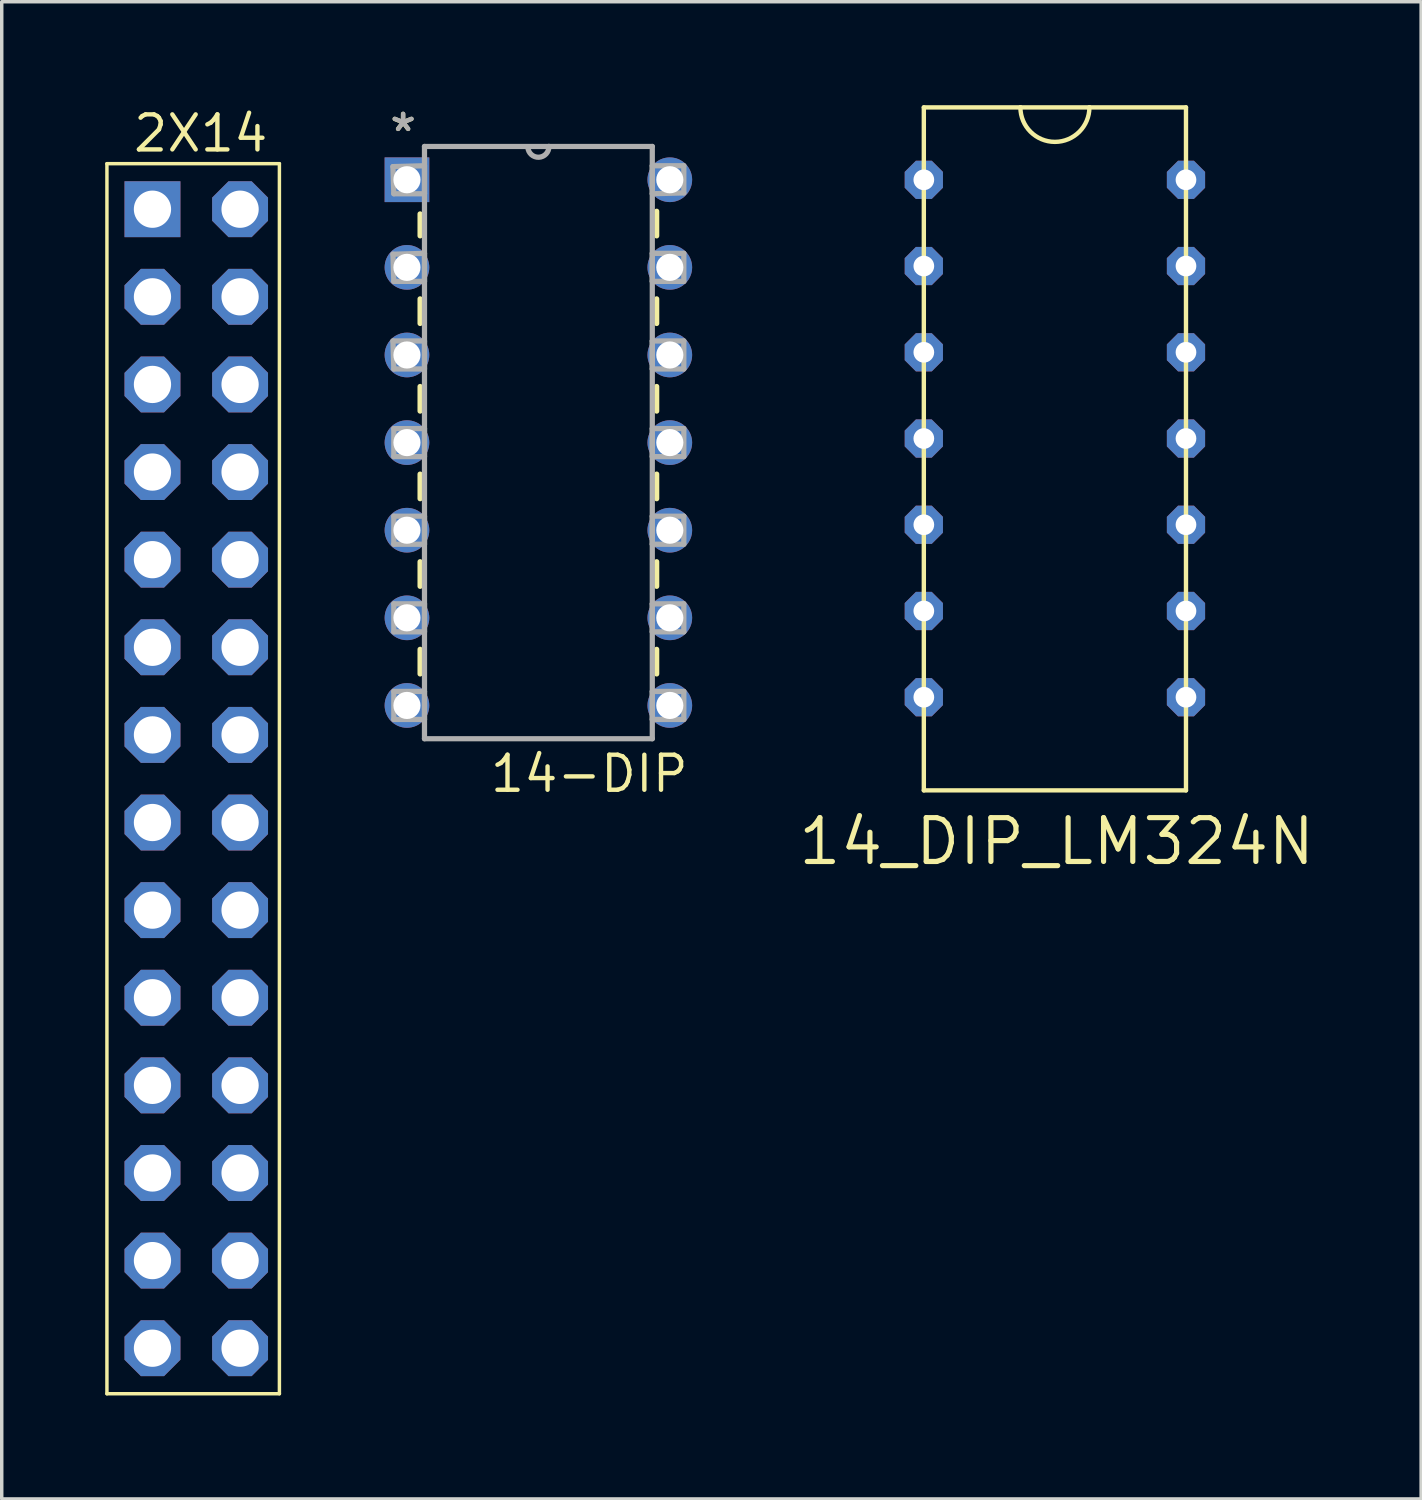
<source format=kicad_pcb>
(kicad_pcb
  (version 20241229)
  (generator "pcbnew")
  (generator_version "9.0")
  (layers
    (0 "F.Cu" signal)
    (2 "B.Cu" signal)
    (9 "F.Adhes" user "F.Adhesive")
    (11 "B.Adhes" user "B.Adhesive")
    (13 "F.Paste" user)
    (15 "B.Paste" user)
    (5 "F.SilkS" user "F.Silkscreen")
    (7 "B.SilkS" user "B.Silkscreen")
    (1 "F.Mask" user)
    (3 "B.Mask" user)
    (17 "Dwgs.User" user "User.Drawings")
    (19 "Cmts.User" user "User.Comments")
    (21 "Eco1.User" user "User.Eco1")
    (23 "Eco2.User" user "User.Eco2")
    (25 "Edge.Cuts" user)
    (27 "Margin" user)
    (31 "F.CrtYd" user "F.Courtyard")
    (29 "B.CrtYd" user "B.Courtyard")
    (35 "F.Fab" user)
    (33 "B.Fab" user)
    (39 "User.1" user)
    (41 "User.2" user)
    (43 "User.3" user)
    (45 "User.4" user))
  (footprint "14_DIP_LM324N"
    (layer "F.Cu")
    (at 27.532 9.963)
    (property "Reference" "14_DIP_LM324N" (at 0.05 11.381 0) (layer "F.SilkS") (effects (font (size 1.27 1.27) (thickness 0.15))))
    (attr through_hole)
    (fp_line (start -3.8 -9.9) (end -1 -9.9) (stroke (width 0.127) (type solid)) (layer "F.SilkS"))
    (fp_line (start -3.8 9.9) (end -3.8 -9.9) (stroke (width 0.127) (type solid)) (layer "F.SilkS"))
    (fp_line (start -1 -9.9) (end 1 -9.9) (stroke (width 0.127) (type solid)) (layer "F.SilkS"))
    (fp_line (start 1 -9.9) (end 3.8 -9.9) (stroke (width 0.127) (type solid)) (layer "F.SilkS"))
    (fp_line (start 3.8 -9.9) (end 3.8 9.9) (stroke (width 0.127) (type solid)) (layer "F.SilkS"))
    (fp_line (start 3.8 9.9) (end -3.8 9.9) (stroke (width 0.127) (type solid)) (layer "F.SilkS"))
    (fp_arc (start 1 -9.9) (mid 0 -8.9) (end -1 -9.9) (stroke (width 0.127) (type solid)) (layer "F.SilkS"))
    (pad "GND" thru_hole roundrect (at 3.8 -0.3) (size 1.108 1.108) (drill 0.6) (layers "*.Cu" "*.Mask") (roundrect_rratio 0.25) (chamfer_ratio 0.293) (chamfer top_left top_right bottom_left bottom_right))
    (pad "IN1+" thru_hole roundrect (at -3.8 -2.8) (size 1.108 1.108) (drill 0.6) (layers "*.Cu" "*.Mask") (roundrect_rratio 0.25) (chamfer_ratio 0.293) (chamfer top_left top_right bottom_left bottom_right))
    (pad "IN1-" thru_hole roundrect (at -3.8 -5.3) (size 1.108 1.108) (drill 0.6) (layers "*.Cu" "*.Mask") (roundrect_rratio 0.25) (chamfer_ratio 0.293) (chamfer top_left top_right bottom_left bottom_right))
    (pad "IN2+" thru_hole roundrect (at -3.8 2.2) (size 1.108 1.108) (drill 0.6) (layers "*.Cu" "*.Mask") (roundrect_rratio 0.25) (chamfer_ratio 0.293) (chamfer top_left top_right bottom_left bottom_right))
    (pad "IN2-" thru_hole roundrect (at -3.8 4.7) (size 1.108 1.108) (drill 0.6) (layers "*.Cu" "*.Mask") (roundrect_rratio 0.25) (chamfer_ratio 0.293) (chamfer top_left top_right bottom_left bottom_right))
    (pad "IN3+" thru_hole roundrect (at 3.8 2.2) (size 1.108 1.108) (drill 0.6) (layers "*.Cu" "*.Mask") (roundrect_rratio 0.25) (chamfer_ratio 0.293) (chamfer top_left top_right bottom_left bottom_right))
    (pad "IN3-" thru_hole roundrect (at 3.8 4.7) (size 1.108 1.108) (drill 0.6) (layers "*.Cu" "*.Mask") (roundrect_rratio 0.25) (chamfer_ratio 0.293) (chamfer top_left top_right bottom_left bottom_right))
    (pad "IN4+" thru_hole roundrect (at 3.8 -2.8) (size 1.108 1.108) (drill 0.6) (layers "*.Cu" "*.Mask") (roundrect_rratio 0.25) (chamfer_ratio 0.293) (chamfer top_left top_right bottom_left bottom_right))
    (pad "IN4-" thru_hole roundrect (at 3.8 -5.3) (size 1.108 1.108) (drill 0.6) (layers "*.Cu" "*.Mask") (roundrect_rratio 0.25) (chamfer_ratio 0.293) (chamfer top_left top_right bottom_left bottom_right))
    (pad "OUT1" thru_hole roundrect (at -3.8 -7.8) (size 1.108 1.108) (drill 0.6) (layers "*.Cu" "*.Mask") (roundrect_rratio 0.25) (chamfer_ratio 0.293) (chamfer top_left top_right bottom_left bottom_right))
    (pad "OUT2" thru_hole roundrect (at -3.8 7.2) (size 1.108 1.108) (drill 0.6) (layers "*.Cu" "*.Mask") (roundrect_rratio 0.25) (chamfer_ratio 0.293) (chamfer top_left top_right bottom_left bottom_right))
    (pad "OUT3" thru_hole roundrect (at 3.8 7.2) (size 1.108 1.108) (drill 0.6) (layers "*.Cu" "*.Mask") (roundrect_rratio 0.25) (chamfer_ratio 0.293) (chamfer top_left top_right bottom_left bottom_right))
    (pad "OUT4" thru_hole roundrect (at 3.8 -7.8) (size 1.108 1.108) (drill 0.6) (layers "*.Cu" "*.Mask") (roundrect_rratio 0.25) (chamfer_ratio 0.293) (chamfer top_left top_right bottom_left bottom_right))
    (pad "VCC" thru_hole roundrect (at -3.8 -0.3) (size 1.108 1.108) (drill 0.6) (layers "*.Cu" "*.Mask") (roundrect_rratio 0.25) (chamfer_ratio 0.293) (chamfer top_left top_right bottom_left bottom_right)))
  (footprint "14-DIP"
    (layer "F.Cu")
    (at 8.748 2.161)
    (property "Reference" "14-DIP" (at 2.347 17.815 0) (layer "F.SilkS") (effects (font (size 1.016 1.016) (thickness 0.127)) (justify left bottom)))
    (attr through_hole)
    (fp_line (start 0.381 0.991) (end 0.381 1.626) (stroke (width 0.152) (type solid)) (layer "F.SilkS"))
    (fp_line (start 0.381 3.454) (end 0.381 4.166) (stroke (width 0.152) (type solid)) (layer "F.SilkS"))
    (fp_line (start 0.381 5.994) (end 0.381 6.706) (stroke (width 0.152) (type solid)) (layer "F.SilkS"))
    (fp_line (start 0.381 8.534) (end 0.381 9.246) (stroke (width 0.152) (type solid)) (layer "F.SilkS"))
    (fp_line (start 0.381 11.074) (end 0.381 11.786) (stroke (width 0.152) (type solid)) (layer "F.SilkS"))
    (fp_line (start 0.381 13.614) (end 0.381 14.326) (stroke (width 0.152) (type solid)) (layer "F.SilkS"))
    (fp_line (start 7.239 1.626) (end 7.239 0.914) (stroke (width 0.152) (type solid)) (layer "F.SilkS"))
    (fp_line (start 7.239 4.166) (end 7.239 3.454) (stroke (width 0.152) (type solid)) (layer "F.SilkS"))
    (fp_line (start 7.239 6.706) (end 7.239 5.994) (stroke (width 0.152) (type solid)) (layer "F.SilkS"))
    (fp_line (start 7.239 9.246) (end 7.239 8.534) (stroke (width 0.152) (type solid)) (layer "F.SilkS"))
    (fp_line (start 7.239 11.786) (end 7.239 11.074) (stroke (width 0.152) (type solid)) (layer "F.SilkS"))
    (fp_line (start 7.239 14.326) (end 7.239 13.614) (stroke (width 0.152) (type solid)) (layer "F.SilkS"))
    (fp_line (start -0.406 -0.381) (end -0.381 0.406) (stroke (width 0.152) (type solid)) (layer "F.Fab"))
    (fp_line (start -0.406 2.159) (end -0.381 2.946) (stroke (width 0.152) (type solid)) (layer "F.Fab"))
    (fp_line (start -0.406 4.674) (end -0.381 5.486) (stroke (width 0.152) (type solid)) (layer "F.Fab"))
    (fp_line (start -0.381 0.406) (end 0.508 0.406) (stroke (width 0.152) (type solid)) (layer "F.Fab"))
    (fp_line (start -0.381 2.946) (end 0.508 2.946) (stroke (width 0.152) (type solid)) (layer "F.Fab"))
    (fp_line (start -0.381 5.486) (end 0.508 5.486) (stroke (width 0.152) (type solid)) (layer "F.Fab"))
    (fp_line (start -0.381 7.214) (end -0.381 8.026) (stroke (width 0.152) (type solid)) (layer "F.Fab"))
    (fp_line (start -0.381 8.026) (end 0.508 8.026) (stroke (width 0.152) (type solid)) (layer "F.Fab"))
    (fp_line (start -0.381 9.754) (end -0.381 10.566) (stroke (width 0.152) (type solid)) (layer "F.Fab"))
    (fp_line (start -0.381 10.566) (end 0.508 10.566) (stroke (width 0.152) (type solid)) (layer "F.Fab"))
    (fp_line (start -0.381 12.294) (end -0.381 13.106) (stroke (width 0.152) (type solid)) (layer "F.Fab"))
    (fp_line (start -0.381 13.106) (end 0.508 13.106) (stroke (width 0.152) (type solid)) (layer "F.Fab"))
    (fp_line (start -0.381 14.834) (end -0.381 15.646) (stroke (width 0.152) (type solid)) (layer "F.Fab"))
    (fp_line (start -0.381 15.646) (end 0.508 15.646) (stroke (width 0.152) (type solid)) (layer "F.Fab"))
    (fp_line (start 0.508 -0.965) (end 0.508 16.205) (stroke (width 0.152) (type solid)) (layer "F.Fab"))
    (fp_line (start 0.508 -0.406) (end -0.406 -0.381) (stroke (width 0.152) (type solid)) (layer "F.Fab"))
    (fp_line (start 0.508 0.406) (end 0.508 -0.406) (stroke (width 0.152) (type solid)) (layer "F.Fab"))
    (fp_line (start 0.508 2.134) (end -0.406 2.159) (stroke (width 0.152) (type solid)) (layer "F.Fab"))
    (fp_line (start 0.508 2.946) (end 0.508 2.134) (stroke (width 0.152) (type solid)) (layer "F.Fab"))
    (fp_line (start 0.508 4.674) (end -0.406 4.674) (stroke (width 0.152) (type solid)) (layer "F.Fab"))
    (fp_line (start 0.508 5.486) (end 0.508 4.674) (stroke (width 0.152) (type solid)) (layer "F.Fab"))
    (fp_line (start 0.508 7.214) (end -0.381 7.214) (stroke (width 0.152) (type solid)) (layer "F.Fab"))
    (fp_line (start 0.508 8.026) (end 0.508 7.214) (stroke (width 0.152) (type solid)) (layer "F.Fab"))
    (fp_line (start 0.508 9.754) (end -0.381 9.754) (stroke (width 0.152) (type solid)) (layer "F.Fab"))
    (fp_line (start 0.508 10.566) (end 0.508 9.754) (stroke (width 0.152) (type solid)) (layer "F.Fab"))
    (fp_line (start 0.508 12.294) (end -0.381 12.294) (stroke (width 0.152) (type solid)) (layer "F.Fab"))
    (fp_line (start 0.508 13.106) (end 0.508 12.294) (stroke (width 0.152) (type solid)) (layer "F.Fab"))
    (fp_line (start 0.508 14.834) (end -0.381 14.834) (stroke (width 0.152) (type solid)) (layer "F.Fab"))
    (fp_line (start 0.508 15.646) (end 0.508 14.834) (stroke (width 0.152) (type solid)) (layer "F.Fab"))
    (fp_line (start 0.508 16.205) (end 7.112 16.205) (stroke (width 0.152) (type solid)) (layer "F.Fab"))
    (fp_line (start 4.115 -0.965) (end 0.508 -0.965) (stroke (width 0.152) (type solid)) (layer "F.Fab"))
    (fp_line (start 7.112 -0.965) (end 4.115 -0.965) (stroke (width 0.152) (type solid)) (layer "F.Fab"))
    (fp_line (start 7.112 -0.406) (end 7.112 0.406) (stroke (width 0.152) (type solid)) (layer "F.Fab"))
    (fp_line (start 7.112 0.406) (end 8.026 0.381) (stroke (width 0.152) (type solid)) (layer "F.Fab"))
    (fp_line (start 7.112 2.134) (end 7.112 2.946) (stroke (width 0.152) (type solid)) (layer "F.Fab"))
    (fp_line (start 7.112 2.946) (end 8.026 2.946) (stroke (width 0.152) (type solid)) (layer "F.Fab"))
    (fp_line (start 7.112 4.674) (end 7.112 5.486) (stroke (width 0.152) (type solid)) (layer "F.Fab"))
    (fp_line (start 7.112 5.486) (end 8.026 5.486) (stroke (width 0.152) (type solid)) (layer "F.Fab"))
    (fp_line (start 7.112 7.214) (end 7.112 8.026) (stroke (width 0.152) (type solid)) (layer "F.Fab"))
    (fp_line (start 7.112 8.026) (end 8.026 8.026) (stroke (width 0.152) (type solid)) (layer "F.Fab"))
    (fp_line (start 7.112 9.754) (end 7.112 10.566) (stroke (width 0.152) (type solid)) (layer "F.Fab"))
    (fp_line (start 7.112 10.566) (end 8.026 10.566) (stroke (width 0.152) (type solid)) (layer "F.Fab"))
    (fp_line (start 7.112 12.294) (end 7.112 13.106) (stroke (width 0.152) (type solid)) (layer "F.Fab"))
    (fp_line (start 7.112 13.106) (end 8.026 13.106) (stroke (width 0.152) (type solid)) (layer "F.Fab"))
    (fp_line (start 7.112 14.834) (end 7.112 15.646) (stroke (width 0.152) (type solid)) (layer "F.Fab"))
    (fp_line (start 7.112 15.646) (end 8.026 15.646) (stroke (width 0.152) (type solid)) (layer "F.Fab"))
    (fp_line (start 7.112 16.205) (end 7.112 -0.965) (stroke (width 0.152) (type solid)) (layer "F.Fab"))
    (fp_line (start 8.026 -0.406) (end 7.112 -0.406) (stroke (width 0.152) (type solid)) (layer "F.Fab"))
    (fp_line (start 8.026 0.381) (end 8.026 -0.406) (stroke (width 0.152) (type solid)) (layer "F.Fab"))
    (fp_line (start 8.026 2.134) (end 7.112 2.134) (stroke (width 0.152) (type solid)) (layer "F.Fab"))
    (fp_line (start 8.026 2.946) (end 8.026 2.134) (stroke (width 0.152) (type solid)) (layer "F.Fab"))
    (fp_line (start 8.026 4.674) (end 7.112 4.674) (stroke (width 0.152) (type solid)) (layer "F.Fab"))
    (fp_line (start 8.026 5.486) (end 8.026 4.674) (stroke (width 0.152) (type solid)) (layer "F.Fab"))
    (fp_line (start 8.026 7.214) (end 7.112 7.214) (stroke (width 0.152) (type solid)) (layer "F.Fab"))
    (fp_line (start 8.026 8.026) (end 8.026 7.214) (stroke (width 0.152) (type solid)) (layer "F.Fab"))
    (fp_line (start 8.026 9.754) (end 7.112 9.754) (stroke (width 0.152) (type solid)) (layer "F.Fab"))
    (fp_line (start 8.026 10.566) (end 8.026 9.754) (stroke (width 0.152) (type solid)) (layer "F.Fab"))
    (fp_line (start 8.026 12.294) (end 7.112 12.294) (stroke (width 0.152) (type solid)) (layer "F.Fab"))
    (fp_line (start 8.026 13.106) (end 8.026 12.294) (stroke (width 0.152) (type solid)) (layer "F.Fab"))
    (fp_line (start 8.026 14.834) (end 7.112 14.834) (stroke (width 0.152) (type solid)) (layer "F.Fab"))
    (fp_line (start 8.026 15.646) (end 8.026 14.834) (stroke (width 0.152) (type solid)) (layer "F.Fab"))
    (fp_arc (start 4.1148 -0.9652) (mid 3.8227 -0.6477) (end 3.5052 -0.9398) (stroke (width 0.1524) (type solid)) (layer "F.Fab"))
    (fp_text user "*" (at -0.584 -0.762 0) (layer "F.SilkS") (effects (font (size 1.016 1.016) (thickness 0.127)) (justify left bottom)))
    (fp_text user "*" (at -0.58 -0.764 0) (layer "F.Fab") (effects (font (size 1.016 1.016) (thickness 0.127)) (justify left bottom)))
    (pad "1" thru_hole rect (at 0 0) (size 1.295 1.295) (drill 0.787) (layers "*.Cu" "*.Mask"))
    (pad "2" thru_hole circle (at 0 2.54) (size 1.295 1.295) (drill 0.787) (layers "*.Cu" "*.Mask"))
    (pad "3" thru_hole circle (at 0 5.08) (size 1.295 1.295) (drill 0.787) (layers "*.Cu" "*.Mask"))
    (pad "4" thru_hole circle (at 0 7.62) (size 1.295 1.295) (drill 0.787) (layers "*.Cu" "*.Mask"))
    (pad "5" thru_hole circle (at 0 10.16) (size 1.295 1.295) (drill 0.787) (layers "*.Cu" "*.Mask"))
    (pad "6" thru_hole circle (at 0 12.7) (size 1.295 1.295) (drill 0.787) (layers "*.Cu" "*.Mask"))
    (pad "7" thru_hole circle (at 0 15.24) (size 1.295 1.295) (drill 0.787) (layers "*.Cu" "*.Mask"))
    (pad "8" thru_hole circle (at 7.62 15.24) (size 1.295 1.295) (drill 0.787) (layers "*.Cu" "*.Mask"))
    (pad "9" thru_hole circle (at 7.62 12.7) (size 1.295 1.295) (drill 0.787) (layers "*.Cu" "*.Mask"))
    (pad "10" thru_hole circle (at 7.62 10.16) (size 1.295 1.295) (drill 0.787) (layers "*.Cu" "*.Mask"))
    (pad "11" thru_hole circle (at 7.62 7.62) (size 1.295 1.295) (drill 0.787) (layers "*.Cu" "*.Mask"))
    (pad "12" thru_hole circle (at 7.62 5.08) (size 1.295 1.295) (drill 0.787) (layers "*.Cu" "*.Mask"))
    (pad "13" thru_hole circle (at 7.62 2.54) (size 1.295 1.295) (drill 0.787) (layers "*.Cu" "*.Mask"))
    (pad "14" thru_hole circle (at 7.62 0) (size 1.295 1.295) (drill 0.787) (layers "*.Cu" "*.Mask")))
  (footprint "2X14"
    (layer "F.Cu")
    (at 1.37 3.015)
    (property "Reference" "2X14" (at 1.398 -2.197 0) (layer "F.SilkS") (effects (font (size 1.016 1.016) (thickness 0.127))))
    (attr through_hole)
    (fp_line (start -1.32 -1.32) (end -1.32 34.34) (stroke (width 0.1) (type default)) (layer "F.SilkS"))
    (fp_line (start -1.32 -1.32) (end 3.68 -1.32) (stroke (width 0.1) (type default)) (layer "F.SilkS"))
    (fp_line (start -1.32 34.34) (end 3.68 34.34) (stroke (width 0.1) (type default)) (layer "F.SilkS"))
    (fp_line (start 3.68 -1.32) (end 3.68 34.34) (stroke (width 0.1) (type default)) (layer "F.SilkS"))
    (pad "1" thru_hole rect (at 0 0) (size 1.62 1.62) (drill 1.08) (layers "*.Cu" "*.Mask"))
    (pad "2" thru_hole roundrect (at 0 2.54) (size 1.62 1.62) (drill 1.08) (layers "*.Cu" "*.Mask") (roundrect_rratio 0.25) (chamfer_ratio 0.293) (chamfer top_left top_right bottom_left bottom_right))
    (pad "3" thru_hole roundrect (at 0 5.08) (size 1.62 1.62) (drill 1.08) (layers "*.Cu" "*.Mask") (roundrect_rratio 0.25) (chamfer_ratio 0.293) (chamfer top_left top_right bottom_left bottom_right))
    (pad "4" thru_hole roundrect (at 0 7.62) (size 1.62 1.62) (drill 1.08) (layers "*.Cu" "*.Mask") (roundrect_rratio 0.25) (chamfer_ratio 0.293) (chamfer top_left top_right bottom_left bottom_right))
    (pad "5" thru_hole roundrect (at 0 10.16) (size 1.62 1.62) (drill 1.08) (layers "*.Cu" "*.Mask") (roundrect_rratio 0.25) (chamfer_ratio 0.293) (chamfer top_left top_right bottom_left bottom_right))
    (pad "6" thru_hole roundrect (at 0 12.7) (size 1.62 1.62) (drill 1.08) (layers "*.Cu" "*.Mask") (roundrect_rratio 0.25) (chamfer_ratio 0.293) (chamfer top_left top_right bottom_left bottom_right))
    (pad "7" thru_hole roundrect (at 0 15.24) (size 1.62 1.62) (drill 1.08) (layers "*.Cu" "*.Mask") (roundrect_rratio 0.25) (chamfer_ratio 0.293) (chamfer top_left top_right bottom_left bottom_right))
    (pad "8" thru_hole roundrect (at 0 17.78) (size 1.62 1.62) (drill 1.08) (layers "*.Cu" "*.Mask") (roundrect_rratio 0.25) (chamfer_ratio 0.293) (chamfer top_left top_right bottom_left bottom_right))
    (pad "9" thru_hole roundrect (at 0 20.32) (size 1.62 1.62) (drill 1.08) (layers "*.Cu" "*.Mask") (roundrect_rratio 0.25) (chamfer_ratio 0.293) (chamfer top_left top_right bottom_left bottom_right))
    (pad "10" thru_hole roundrect (at 0 22.86) (size 1.62 1.62) (drill 1.08) (layers "*.Cu" "*.Mask") (roundrect_rratio 0.25) (chamfer_ratio 0.293) (chamfer top_left top_right bottom_left bottom_right))
    (pad "11" thru_hole roundrect (at 0 25.4) (size 1.62 1.62) (drill 1.08) (layers "*.Cu" "*.Mask") (roundrect_rratio 0.25) (chamfer_ratio 0.293) (chamfer top_left top_right bottom_left bottom_right))
    (pad "12" thru_hole roundrect (at 0 27.94) (size 1.62 1.62) (drill 1.08) (layers "*.Cu" "*.Mask") (roundrect_rratio 0.25) (chamfer_ratio 0.293) (chamfer top_left top_right bottom_left bottom_right))
    (pad "13" thru_hole roundrect (at 0 30.48) (size 1.62 1.62) (drill 1.08) (layers "*.Cu" "*.Mask") (roundrect_rratio 0.25) (chamfer_ratio 0.293) (chamfer top_left top_right bottom_left bottom_right))
    (pad "14" thru_hole roundrect (at 0 33.02) (size 1.62 1.62) (drill 1.08) (layers "*.Cu" "*.Mask") (roundrect_rratio 0.25) (chamfer_ratio 0.293) (chamfer top_left top_right bottom_left bottom_right))
    (pad "15" thru_hole roundrect (at 2.54 0) (size 1.62 1.62) (drill 1.08) (layers "*.Cu" "*.Mask") (roundrect_rratio 0.25) (chamfer_ratio 0.293) (chamfer top_left top_right bottom_left bottom_right))
    (pad "16" thru_hole roundrect (at 2.54 2.54) (size 1.62 1.62) (drill 1.08) (layers "*.Cu" "*.Mask") (roundrect_rratio 0.25) (chamfer_ratio 0.293) (chamfer top_left top_right bottom_left bottom_right))
    (pad "17" thru_hole roundrect (at 2.54 5.08) (size 1.62 1.62) (drill 1.08) (layers "*.Cu" "*.Mask") (roundrect_rratio 0.25) (chamfer_ratio 0.293) (chamfer top_left top_right bottom_left bottom_right))
    (pad "18" thru_hole roundrect (at 2.54 7.62) (size 1.62 1.62) (drill 1.08) (layers "*.Cu" "*.Mask") (roundrect_rratio 0.25) (chamfer_ratio 0.293) (chamfer top_left top_right bottom_left bottom_right))
    (pad "19" thru_hole roundrect (at 2.54 10.16) (size 1.62 1.62) (drill 1.08) (layers "*.Cu" "*.Mask") (roundrect_rratio 0.25) (chamfer_ratio 0.293) (chamfer top_left top_right bottom_left bottom_right))
    (pad "20" thru_hole roundrect (at 2.54 12.7) (size 1.62 1.62) (drill 1.08) (layers "*.Cu" "*.Mask") (roundrect_rratio 0.25) (chamfer_ratio 0.293) (chamfer top_left top_right bottom_left bottom_right))
    (pad "21" thru_hole roundrect (at 2.54 15.24) (size 1.62 1.62) (drill 1.08) (layers "*.Cu" "*.Mask") (roundrect_rratio 0.25) (chamfer_ratio 0.293) (chamfer top_left top_right bottom_left bottom_right))
    (pad "22" thru_hole roundrect (at 2.54 17.78) (size 1.62 1.62) (drill 1.08) (layers "*.Cu" "*.Mask") (roundrect_rratio 0.25) (chamfer_ratio 0.293) (chamfer top_left top_right bottom_left bottom_right))
    (pad "23" thru_hole roundrect (at 2.54 20.32) (size 1.62 1.62) (drill 1.08) (layers "*.Cu" "*.Mask") (roundrect_rratio 0.25) (chamfer_ratio 0.293) (chamfer top_left top_right bottom_left bottom_right))
    (pad "24" thru_hole roundrect (at 2.54 22.86) (size 1.62 1.62) (drill 1.08) (layers "*.Cu" "*.Mask") (roundrect_rratio 0.25) (chamfer_ratio 0.293) (chamfer top_left top_right bottom_left bottom_right))
    (pad "25" thru_hole roundrect (at 2.54 25.4) (size 1.62 1.62) (drill 1.08) (layers "*.Cu" "*.Mask") (roundrect_rratio 0.25) (chamfer_ratio 0.293) (chamfer top_left top_right bottom_left bottom_right))
    (pad "26" thru_hole roundrect (at 2.54 27.94) (size 1.62 1.62) (drill 1.08) (layers "*.Cu" "*.Mask") (roundrect_rratio 0.25) (chamfer_ratio 0.293) (chamfer top_left top_right bottom_left bottom_right))
    (pad "27" thru_hole roundrect (at 2.54 30.48) (size 1.62 1.62) (drill 1.08) (layers "*.Cu" "*.Mask") (roundrect_rratio 0.25) (chamfer_ratio 0.293) (chamfer top_left top_right bottom_left bottom_right))
    (pad "28" thru_hole roundrect (at 2.54 33.02) (size 1.62 1.62) (drill 1.08) (layers "*.Cu" "*.Mask") (roundrect_rratio 0.25) (chamfer_ratio 0.293) (chamfer top_left top_right bottom_left bottom_right)))
  (gr_rect
    (start -3 -3)
    (end 38.149 40.405)
    (stroke (width 0.1) (type default))
    (fill no)
    (layer "Edge.Cuts")))
</source>
